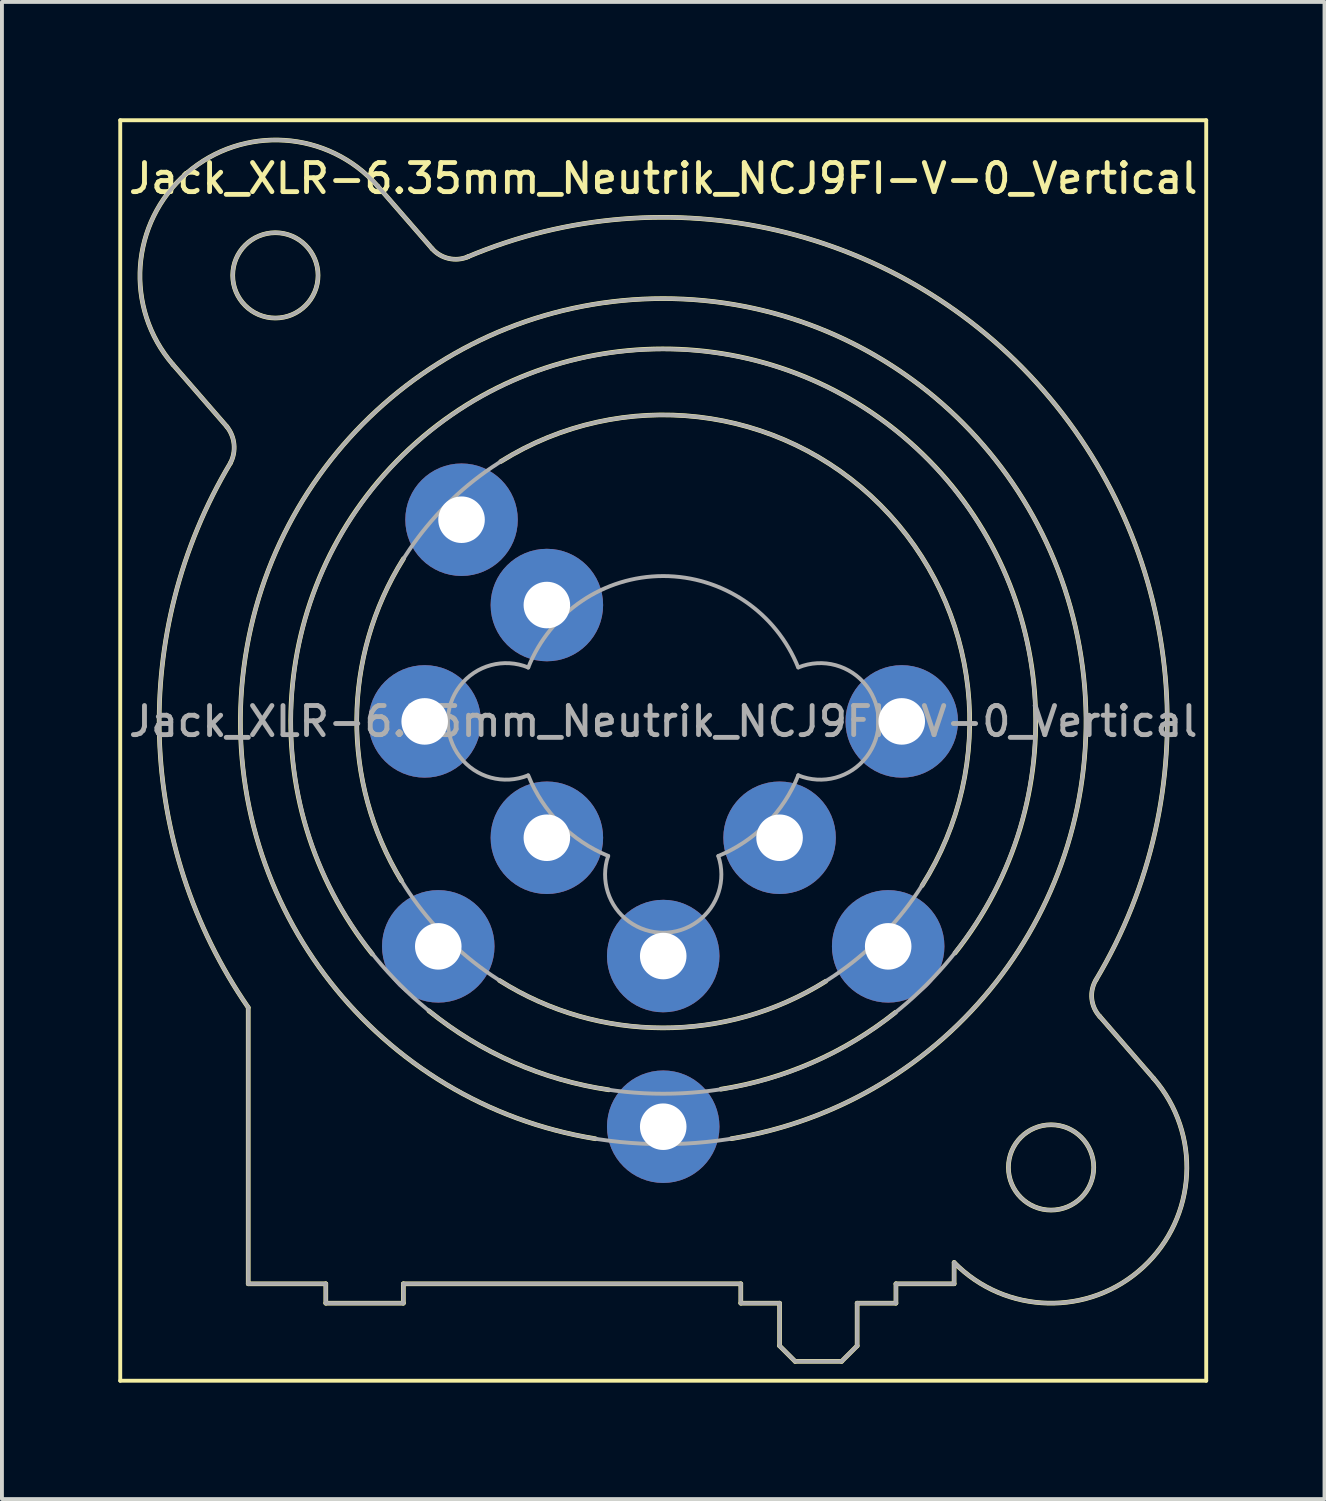
<source format=kicad_pcb>
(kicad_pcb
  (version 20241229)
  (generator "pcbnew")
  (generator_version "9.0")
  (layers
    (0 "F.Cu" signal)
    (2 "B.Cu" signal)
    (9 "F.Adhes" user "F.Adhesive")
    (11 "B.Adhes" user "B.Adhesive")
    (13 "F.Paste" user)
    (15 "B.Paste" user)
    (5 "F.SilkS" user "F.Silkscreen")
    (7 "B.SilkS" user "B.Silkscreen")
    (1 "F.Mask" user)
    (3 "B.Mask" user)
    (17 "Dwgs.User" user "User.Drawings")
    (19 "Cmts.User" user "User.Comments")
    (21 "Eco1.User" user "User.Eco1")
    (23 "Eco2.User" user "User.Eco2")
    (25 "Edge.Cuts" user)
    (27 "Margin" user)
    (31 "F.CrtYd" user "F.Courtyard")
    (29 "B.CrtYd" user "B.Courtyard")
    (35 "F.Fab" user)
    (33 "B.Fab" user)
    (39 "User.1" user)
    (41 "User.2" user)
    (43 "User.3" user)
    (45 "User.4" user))
  (footprint "Jack_XLR-6.35mm_Neutrik_NCJ9FI-V-0_Vertical"
    (layer "F.Cu")
    (at 20.2 15.55)
    (property "Reference" "Jack_XLR-6.35mm_Neutrik_NCJ9FI-V-0_Vertical" (at -6.15 -14 0) (layer "F.SilkS") (effects (font (size 0.75 0.75) (thickness 0.125))))
    (attr through_hole)
    (fp_line (start -20.15 -15.5) (end 7.85 -15.5) (stroke (width 0.1) (type solid)) (layer "F.SilkS"))
    (fp_line (start -20.15 17) (end -20.15 -15.5) (stroke (width 0.1) (type solid)) (layer "F.SilkS"))
    (fp_line (start -17.4 -7.6) (end -18.79 -9.2) (stroke (width 0.12) (type solid)) (layer "F.SilkS"))
    (fp_line (start -16.85 14.5) (end -16.85 7.38) (stroke (width 0.12) (type solid)) (layer "F.SilkS"))
    (fp_line (start -14.85 14.5) (end -16.85 14.5) (stroke (width 0.12) (type solid)) (layer "F.SilkS"))
    (fp_line (start -14.85 14.5) (end -14.85 15) (stroke (width 0.12) (type solid)) (layer "F.SilkS"))
    (fp_line (start -13.51 -13.8) (end -12.11 -12.19) (stroke (width 0.12) (type solid)) (layer "F.SilkS"))
    (fp_line (start -12.85 14.5) (end -12.85 15) (stroke (width 0.12) (type solid)) (layer "F.SilkS"))
    (fp_line (start -12.85 15) (end -14.85 15) (stroke (width 0.12) (type solid)) (layer "F.SilkS"))
    (fp_line (start -4.15 14.5) (end -12.85 14.5) (stroke (width 0.12) (type solid)) (layer "F.SilkS"))
    (fp_line (start -4.15 14.5) (end -4.15 15) (stroke (width 0.12) (type solid)) (layer "F.SilkS"))
    (fp_line (start -3.15 15) (end -4.15 15) (stroke (width 0.12) (type solid)) (layer "F.SilkS"))
    (fp_line (start -3.15 15) (end -3.15 16.1) (stroke (width 0.12) (type solid)) (layer "F.SilkS"))
    (fp_line (start -3.15 16.1) (end -2.75 16.5) (stroke (width 0.12) (type solid)) (layer "F.SilkS"))
    (fp_line (start -1.55 16.5) (end -2.75 16.5) (stroke (width 0.12) (type solid)) (layer "F.SilkS"))
    (fp_line (start -1.15 15) (end -1.15 16.1) (stroke (width 0.12) (type solid)) (layer "F.SilkS"))
    (fp_line (start -1.15 16.1) (end -1.55 16.5) (stroke (width 0.12) (type solid)) (layer "F.SilkS"))
    (fp_line (start -0.15 14.5) (end -0.15 15) (stroke (width 0.12) (type solid)) (layer "F.SilkS"))
    (fp_line (start -0.15 15) (end -1.15 15) (stroke (width 0.12) (type solid)) (layer "F.SilkS"))
    (fp_line (start 1.35 13.95) (end 1.35 14.5) (stroke (width 0.12) (type solid)) (layer "F.SilkS"))
    (fp_line (start 1.35 14.5) (end -0.15 14.5) (stroke (width 0.12) (type solid)) (layer "F.SilkS"))
    (fp_line (start 5.1 7.6) (end 6.49 9.2) (stroke (width 0.12) (type solid)) (layer "F.SilkS"))
    (fp_line (start 7.85 -15.5) (end 7.85 17) (stroke (width 0.1) (type solid)) (layer "F.SilkS"))
    (fp_line (start 7.85 17) (end -20.15 17) (stroke (width 0.1) (type solid)) (layer "F.SilkS"))
    (fp_arc (start -18.79 -9.2) (mid -18.45 -14.14) (end -13.51 -13.8) (stroke (width 0.12) (type solid)) (layer "F.SilkS"))
    (fp_arc (start -17.400452 -7.59955) (mid -17.216295 -7.14315) (end -17.31 -6.66) (stroke (width 0.12) (type solid)) (layer "F.SilkS"))
    (fp_arc (start -16.851206 7.374645) (mid -19.139261 0.42462) (end -17.31 -6.66) (stroke (width 0.12) (type solid)) (layer "F.SilkS"))
    (fp_arc (start -13.65 6) (mid -6.168408 -9.604669) (end 1.372943 5.971208) (stroke (width 0.12) (type solid)) (layer "F.SilkS"))
    (fp_arc (start -12.9 4.11) (mid -14.052663 -0.0501) (end -12.847348 -4.195251) (stroke (width 0.12) (type solid)) (layer "F.SilkS"))
    (fp_arc (start -11.201352 -11.974349) (mid 3.655031 -8.530097) (end 5.01 6.66) (stroke (width 0.12) (type solid)) (layer "F.SilkS"))
    (fp_arc (start -11.177539 -11.981856) (mid -11.677484 -11.93489) (end -12.11 -12.19) (stroke (width 0.12) (type solid)) (layer "F.SilkS"))
    (fp_arc (start -10.34 -6.7) (mid -0.544787 -5.570251) (end 0.523653 4.231839) (stroke (width 0.12) (type solid)) (layer "F.SilkS"))
    (fp_arc (start -7.9 10.76) (mid -6.152346 -10.90138) (end -4.395368 10.759246) (stroke (width 0.12) (type solid)) (layer "F.SilkS"))
    (fp_arc (start -7.55 9.5) (mid -10.007174 8.793873) (end -12.190932 7.464391) (stroke (width 0.12) (type solid)) (layer "F.SilkS"))
    (fp_arc (start -1.96 6.7) (mid -6.167825 7.902264) (end -10.370184 6.681029) (stroke (width 0.12) (type solid)) (layer "F.SilkS"))
    (fp_arc (start -0.16 7.5) (mid -2.282236 8.784674) (end -4.662837 9.482534) (stroke (width 0.12) (type solid)) (layer "F.SilkS"))
    (fp_arc (start 5.109394 7.611661) (mid 4.900255 7.152483) (end 5.01 6.66) (stroke (width 0.12) (type solid)) (layer "F.SilkS"))
    (fp_arc (start 6.49 9.2) (mid 6.227307 14.070606) (end 1.351052 13.95252) (stroke (width 0.12) (type solid)) (layer "F.SilkS"))
    (fp_circle (center -16.15 -11.5) (end -15.05 -11.5) (stroke (width 0.12) (type solid)) (fill no) (layer "F.SilkS"))
    (fp_circle (center 3.85 11.5) (end 4.95 11.5) (stroke (width 0.12) (type solid)) (fill no) (layer "F.SilkS"))
    (fp_line (start -17.4 -7.6) (end -18.79 -9.2) (stroke (width 0.1) (type solid)) (layer "F.Fab"))
    (fp_line (start -16.85 14.5) (end -16.85 7.38) (stroke (width 0.1) (type solid)) (layer "F.Fab"))
    (fp_line (start -14.85 14.5) (end -16.85 14.5) (stroke (width 0.1) (type solid)) (layer "F.Fab"))
    (fp_line (start -14.85 14.5) (end -14.85 15) (stroke (width 0.1) (type solid)) (layer "F.Fab"))
    (fp_line (start -13.51 -13.8) (end -12.11 -12.19) (stroke (width 0.1) (type solid)) (layer "F.Fab"))
    (fp_line (start -12.85 14.5) (end -12.85 15) (stroke (width 0.1) (type solid)) (layer "F.Fab"))
    (fp_line (start -12.85 15) (end -14.85 15) (stroke (width 0.1) (type solid)) (layer "F.Fab"))
    (fp_line (start -4.15 14.5) (end -12.85 14.5) (stroke (width 0.1) (type solid)) (layer "F.Fab"))
    (fp_line (start -4.15 14.5) (end -4.15 15) (stroke (width 0.1) (type solid)) (layer "F.Fab"))
    (fp_line (start -3.15 15) (end -4.15 15) (stroke (width 0.1) (type solid)) (layer "F.Fab"))
    (fp_line (start -3.15 15) (end -3.15 16.1) (stroke (width 0.1) (type solid)) (layer "F.Fab"))
    (fp_line (start -3.15 16.1) (end -2.75 16.5) (stroke (width 0.1) (type solid)) (layer "F.Fab"))
    (fp_line (start -1.55 16.5) (end -2.75 16.5) (stroke (width 0.1) (type solid)) (layer "F.Fab"))
    (fp_line (start -1.15 15) (end -1.15 16.1) (stroke (width 0.1) (type solid)) (layer "F.Fab"))
    (fp_line (start -1.15 16.1) (end -1.55 16.5) (stroke (width 0.1) (type solid)) (layer "F.Fab"))
    (fp_line (start -0.15 14.5) (end -0.15 15) (stroke (width 0.1) (type solid)) (layer "F.Fab"))
    (fp_line (start -0.15 15) (end -1.15 15) (stroke (width 0.1) (type solid)) (layer "F.Fab"))
    (fp_line (start 1.35 13.95) (end 1.35 14.5) (stroke (width 0.1) (type solid)) (layer "F.Fab"))
    (fp_line (start 1.35 14.5) (end -0.15 14.5) (stroke (width 0.1) (type solid)) (layer "F.Fab"))
    (fp_line (start 5.1 7.6) (end 6.49 9.2) (stroke (width 0.1) (type solid)) (layer "F.Fab"))
    (fp_arc (start -18.79 -9.2) (mid -18.45 -14.14) (end -13.51 -13.8) (stroke (width 0.1) (type solid)) (layer "F.Fab"))
    (fp_arc (start -17.400452 -7.59955) (mid -17.216295 -7.14315) (end -17.31 -6.66) (stroke (width 0.1) (type solid)) (layer "F.Fab"))
    (fp_arc (start -16.851206 7.374645) (mid -19.139261 0.42462) (end -17.31 -6.66) (stroke (width 0.1) (type solid)) (layer "F.Fab"))
    (fp_arc (start -11.201352 -11.974349) (mid 3.655031 -8.530097) (end 5.01 6.66) (stroke (width 0.1) (type solid)) (layer "F.Fab"))
    (fp_arc (start -11.177539 -11.981856) (mid -11.677484 -11.93489) (end -12.11 -12.19) (stroke (width 0.1) (type solid)) (layer "F.Fab"))
    (fp_arc (start -9.634717 1.391925) (mid -11.702329 -0.002547) (end -9.63 -1.39) (stroke (width 0.1) (type solid)) (layer "F.Fab"))
    (fp_arc (start -9.631116 -1.387204) (mid -6.151505 -3.747333) (end -2.67 -1.39) (stroke (width 0.1) (type solid)) (layer "F.Fab"))
    (fp_arc (start -7.567529 3.468878) (mid -8.810241 2.639246) (end -9.63 1.39) (stroke (width 0.1) (type solid)) (layer "F.Fab"))
    (fp_arc (start -4.729599 3.471189) (mid -6.150627 5.448932) (end -7.57 3.47) (stroke (width 0.1) (type solid)) (layer "F.Fab"))
    (fp_arc (start -2.667476 1.389002) (mid -3.487046 2.639314) (end -4.73 3.47) (stroke (width 0.1) (type solid)) (layer "F.Fab"))
    (fp_arc (start -2.665283 -1.391925) (mid -0.597671 0.002547) (end -2.67 1.39) (stroke (width 0.1) (type solid)) (layer "F.Fab"))
    (fp_arc (start 5.109394 7.611661) (mid 4.900255 7.152483) (end 5.01 6.66) (stroke (width 0.1) (type solid)) (layer "F.Fab"))
    (fp_arc (start 6.49 9.2) (mid 6.227307 14.070606) (end 1.351052 13.95252) (stroke (width 0.1) (type solid)) (layer "F.Fab"))
    (fp_circle (center -16.15 -11.5) (end -15.05 -11.5) (stroke (width 0.1) (type solid)) (fill no) (layer "F.Fab"))
    (fp_circle (center -6.15 0) (end 1.75 0) (stroke (width 0.1) (type solid)) (fill no) (layer "F.Fab"))
    (fp_circle (center -6.15 0) (end 3.45 0) (stroke (width 0.1) (type solid)) (fill no) (layer "F.Fab"))
    (fp_circle (center -6.15 0) (end 4.75 0) (stroke (width 0.1) (type solid)) (fill no) (layer "F.Fab"))
    (fp_circle (center 3.85 11.5) (end 4.95 11.5) (stroke (width 0.1) (type solid)) (fill no) (layer "F.Fab"))
    (fp_text user "${REFERENCE}" (at -6.15 0 0) (layer "F.Fab") (effects (font (size 0.75 0.75) (thickness 0.125))))
    (pad "1" thru_hole circle (at 0 0) (size 2.9 2.9) (drill 1.2) (layers "*.Cu" "*.Mask"))
    (pad "2" thru_hole circle (at -12.3 0) (size 2.9 2.9) (drill 1.2) (layers "*.Cu" "*.Mask"))
    (pad "3" thru_hole circle (at -6.15 6.05) (size 2.9 2.9) (drill 1.2) (layers "*.Cu" "*.Mask"))
    (pad "G" thru_hole circle (at -6.15 10.45) (size 2.9 2.9) (drill 1.2) (layers "*.Cu" "*.Mask"))
    (pad "R" thru_hole circle (at -0.35 5.8) (size 2.9 2.9) (drill 1.2) (layers "*.Cu" "*.Mask"))
    (pad "RN" thru_hole circle (at -3.15 3) (size 2.9 2.9) (drill 1.2) (layers "*.Cu" "*.Mask"))
    (pad "S" thru_hole circle (at -11.95 5.8) (size 2.9 2.9) (drill 1.2) (layers "*.Cu" "*.Mask"))
    (pad "SN" thru_hole circle (at -9.15 3) (size 2.9 2.9) (drill 1.2) (layers "*.Cu" "*.Mask"))
    (pad "T" thru_hole circle (at -11.35 -5.2) (size 2.9 2.9) (drill 1.2) (layers "*.Cu" "*.Mask"))
    (pad "TN" thru_hole circle (at -9.15 -3) (size 2.9 2.9) (drill 1.2) (layers "*.Cu" "*.Mask")))
  (gr_rect
    (start -3 -3)
    (end 31.1 35.6)
    (stroke (width 0.1) (type default))
    (fill no)
    (layer "Edge.Cuts")))
</source>
